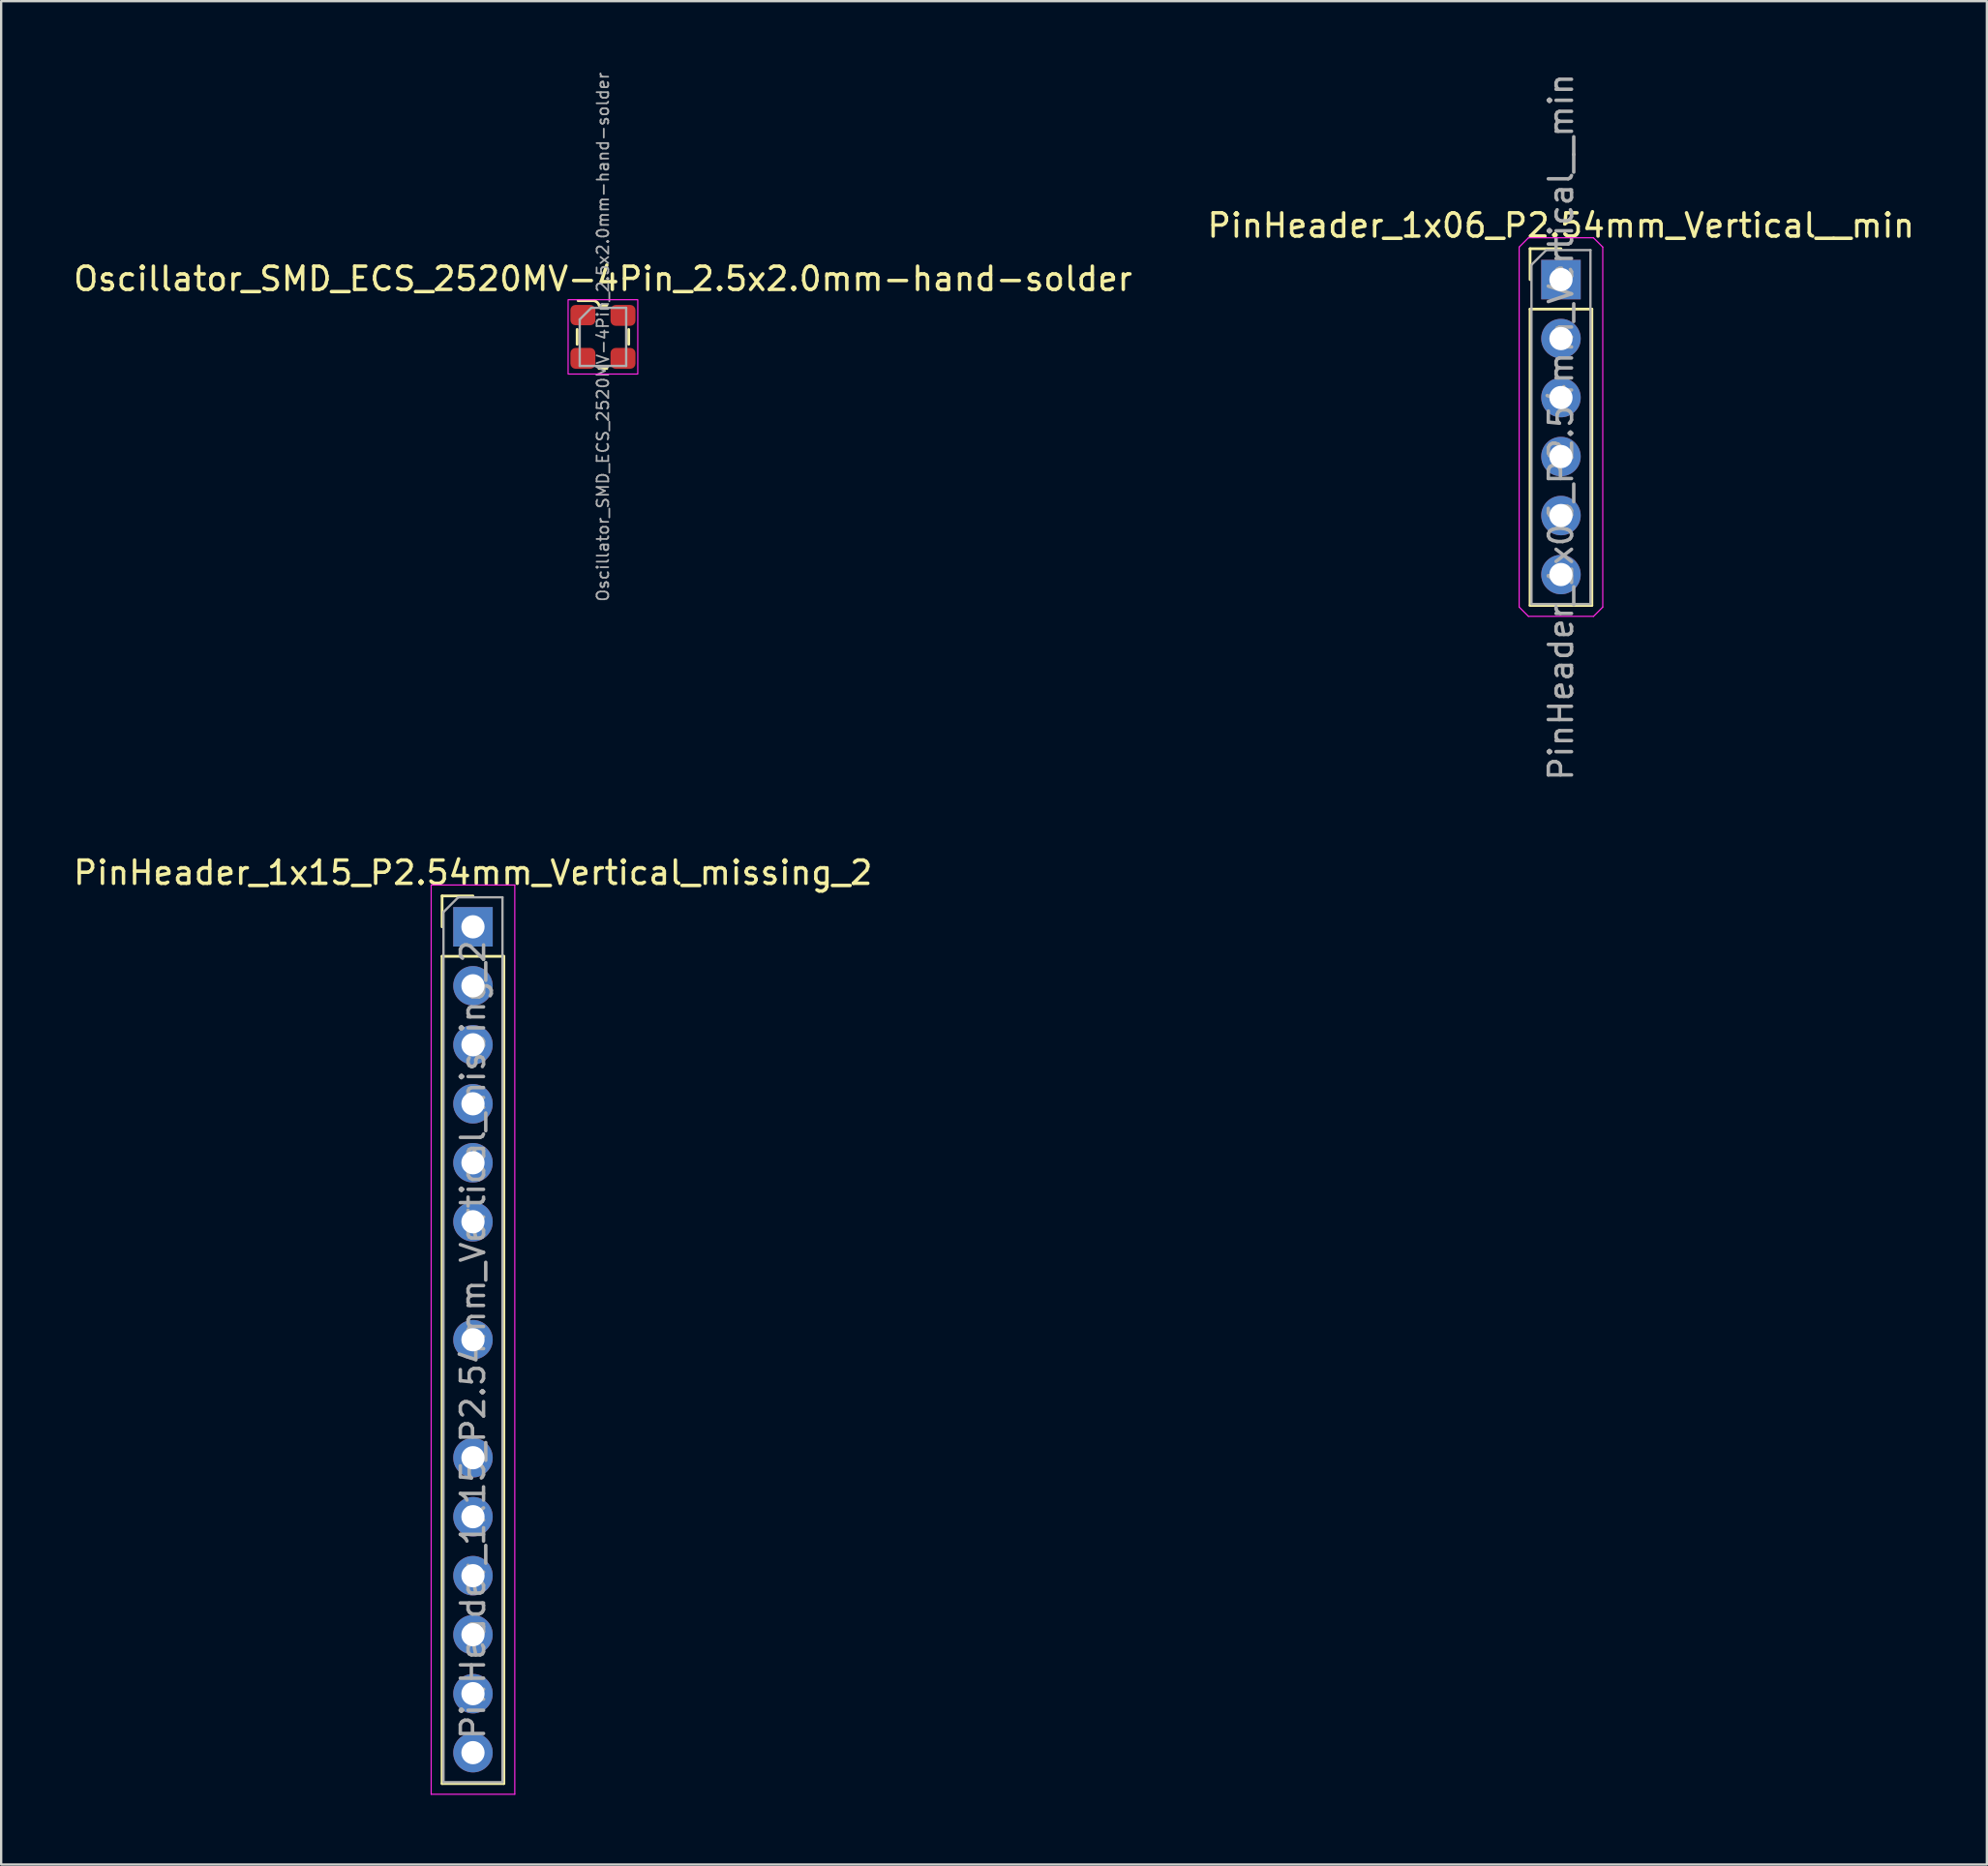
<source format=kicad_pcb>
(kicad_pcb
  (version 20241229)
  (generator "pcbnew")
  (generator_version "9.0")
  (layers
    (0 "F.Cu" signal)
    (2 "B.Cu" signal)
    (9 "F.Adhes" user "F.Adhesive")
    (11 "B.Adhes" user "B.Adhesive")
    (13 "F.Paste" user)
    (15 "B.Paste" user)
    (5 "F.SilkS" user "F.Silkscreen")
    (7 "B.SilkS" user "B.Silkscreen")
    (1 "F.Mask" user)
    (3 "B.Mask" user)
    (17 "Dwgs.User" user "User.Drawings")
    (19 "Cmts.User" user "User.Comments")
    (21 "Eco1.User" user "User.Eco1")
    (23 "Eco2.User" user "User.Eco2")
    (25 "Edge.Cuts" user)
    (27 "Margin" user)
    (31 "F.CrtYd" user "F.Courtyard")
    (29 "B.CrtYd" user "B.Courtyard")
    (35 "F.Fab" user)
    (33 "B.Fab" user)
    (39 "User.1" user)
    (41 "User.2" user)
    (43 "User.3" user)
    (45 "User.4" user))
  (footprint "Oscillator_SMD_ECS_2520MV-4Pin_2.5x2.0mm-hand-solder"
    (layer "F.Cu")
    (at 22.911 11.455)
    (property "Reference" "Oscillator_SMD_ECS_2520MV-4Pin_2.5x2.0mm-hand-solder" (at 0 -2.5 0) (layer "F.SilkS") (effects (font (size 1 1) (thickness 0.15))))
    (attr smd)
    (fp_line (start -1.11 0.32) (end -1.11 -0.32) (stroke (width 0.12) (type solid)) (layer "F.SilkS"))
    (fp_line (start -0.38 -1.56) (end -1.07 -1.56) (stroke (width 0.12) (type solid)) (layer "F.SilkS"))
    (fp_line (start -0.17 1.36) (end 0.17 1.36) (stroke (width 0.12) (type solid)) (layer "F.SilkS"))
    (fp_line (start -0.16 -1.36) (end 0.17 -1.36) (stroke (width 0.12) (type solid)) (layer "F.SilkS"))
    (fp_line (start 1.11 0.32) (end 1.11 -0.32) (stroke (width 0.12) (type solid)) (layer "F.SilkS"))
    (fp_arc (start -0.38 -1.56) (mid -0.246393 -1.485967) (end -0.16 -1.36) (stroke (width 0.12) (type solid)) (layer "F.SilkS"))
    (fp_rect (start -1.5 -1.6) (end 1.5 1.6) (stroke (width 0.05) (type solid)) (fill no) (layer "F.CrtYd"))
    (fp_line (start -1 -0.75) (end -1 1.25) (stroke (width 0.1) (type solid)) (layer "F.Fab"))
    (fp_line (start -1 -0.75) (end -0.5 -1.25) (stroke (width 0.1) (type solid)) (layer "F.Fab"))
    (fp_line (start -1 1.25) (end 1 1.25) (stroke (width 0.1) (type solid)) (layer "F.Fab"))
    (fp_line (start -0.5 -1.25) (end 1 -1.25) (stroke (width 0.1) (type solid)) (layer "F.Fab"))
    (fp_line (start 1 -1.25) (end 1 1.25) (stroke (width 0.1) (type solid)) (layer "F.Fab"))
    (fp_text user "${REFERENCE}" (at 0 0 90) (layer "F.Fab") (effects (font (size 0.5 0.5) (thickness 0.075))))
    (pad "1" smd roundrect (at -0.863 -0.938) (size 1.075 0.875) (layers "F.Cu" "F.Mask" "F.Paste") (roundrect_rratio 0.25))
    (pad "2" smd roundrect (at -0.863 0.925) (size 1.075 0.9) (layers "F.Cu" "F.Mask" "F.Paste") (roundrect_rratio 0.25))
    (pad "3" smd roundrect (at 0.863 0.925) (size 1.075 0.9) (layers "F.Cu" "F.Mask" "F.Paste") (roundrect_rratio 0.25))
    (pad "4" smd roundrect (at 0.863 -0.925) (size 1.075 0.9) (layers "F.Cu" "F.Mask" "F.Paste") (roundrect_rratio 0.25)))
  (footprint "PinHeader_1x15_P2.54mm_Vertical_missing_2"
    (layer "F.Cu")
    (at 17.315 36.857)
    (property "Reference" "PinHeader_1x15_P2.54mm_Vertical_missing_2" (at 0 -2.33 0) (layer "F.SilkS") (effects (font (size 1 1) (thickness 0.15))))
    (attr through_hole)
    (fp_line (start -1.33 -1.33) (end 0 -1.33) (stroke (width 0.12) (type solid)) (layer "F.SilkS"))
    (fp_line (start -1.33 0) (end -1.33 -1.33) (stroke (width 0.12) (type solid)) (layer "F.SilkS"))
    (fp_line (start -1.33 1.27) (end -1.33 36.89) (stroke (width 0.12) (type solid)) (layer "F.SilkS"))
    (fp_line (start -1.33 1.27) (end 1.33 1.27) (stroke (width 0.12) (type solid)) (layer "F.SilkS"))
    (fp_line (start -1.33 36.89) (end 1.33 36.89) (stroke (width 0.12) (type solid)) (layer "F.SilkS"))
    (fp_line (start 1.33 1.27) (end 1.33 36.89) (stroke (width 0.12) (type solid)) (layer "F.SilkS"))
    (fp_line (start -1.8 -1.8) (end -1.8 37.35) (stroke (width 0.05) (type solid)) (layer "F.CrtYd"))
    (fp_line (start -1.8 37.35) (end 1.8 37.35) (stroke (width 0.05) (type solid)) (layer "F.CrtYd"))
    (fp_line (start 1.8 -1.8) (end -1.8 -1.8) (stroke (width 0.05) (type solid)) (layer "F.CrtYd"))
    (fp_line (start 1.8 37.35) (end 1.8 -1.8) (stroke (width 0.05) (type solid)) (layer "F.CrtYd"))
    (fp_line (start -1.27 -0.635) (end -0.635 -1.27) (stroke (width 0.1) (type solid)) (layer "F.Fab"))
    (fp_line (start -1.27 36.83) (end -1.27 -0.635) (stroke (width 0.1) (type solid)) (layer "F.Fab"))
    (fp_line (start -0.635 -1.27) (end 1.27 -1.27) (stroke (width 0.1) (type solid)) (layer "F.Fab"))
    (fp_line (start 1.27 -1.27) (end 1.27 36.83) (stroke (width 0.1) (type solid)) (layer "F.Fab"))
    (fp_line (start 1.27 36.83) (end -1.27 36.83) (stroke (width 0.1) (type solid)) (layer "F.Fab"))
    (fp_text user "${REFERENCE}" (at 0 17.78 90) (layer "F.Fab") (effects (font (size 1 1) (thickness 0.15))))
    (pad "1" thru_hole rect (at 0 0) (size 1.7 1.7) (drill 1) (layers "*.Cu" "*.Mask"))
    (pad "2" thru_hole oval (at 0 2.54) (size 1.7 1.7) (drill 1) (layers "*.Cu" "*.Mask"))
    (pad "3" thru_hole oval (at 0 5.08) (size 1.7 1.7) (drill 1) (layers "*.Cu" "*.Mask"))
    (pad "4" thru_hole oval (at 0 7.62) (size 1.7 1.7) (drill 1) (layers "*.Cu" "*.Mask"))
    (pad "5" thru_hole oval (at 0 10.16) (size 1.7 1.7) (drill 1) (layers "*.Cu" "*.Mask"))
    (pad "6" thru_hole oval (at 0 12.7) (size 1.7 1.7) (drill 1) (layers "*.Cu" "*.Mask"))
    (pad "8" thru_hole oval (at 0 17.78) (size 1.7 1.7) (drill 1) (layers "*.Cu" "*.Mask"))
    (pad "10" thru_hole oval (at 0 22.86) (size 1.7 1.7) (drill 1) (layers "*.Cu" "*.Mask"))
    (pad "11" thru_hole oval (at 0 25.4) (size 1.7 1.7) (drill 1) (layers "*.Cu" "*.Mask"))
    (pad "12" thru_hole oval (at 0 27.94) (size 1.7 1.7) (drill 1) (layers "*.Cu" "*.Mask"))
    (pad "13" thru_hole oval (at 0 30.48) (size 1.7 1.7) (drill 1) (layers "*.Cu" "*.Mask"))
    (pad "14" thru_hole oval (at 0 33.02) (size 1.7 1.7) (drill 1) (layers "*.Cu" "*.Mask"))
    (pad "15" thru_hole oval (at 0 35.56) (size 1.7 1.7) (drill 1) (layers "*.Cu" "*.Mask")))
  (footprint "PinHeader_1x06_P2.54mm_Vertical__min"
    (layer "F.Cu")
    (at 64.161 8.989)
    (property "Reference" "PinHeader_1x06_P2.54mm_Vertical__min" (at 0 -2.33 0) (layer "F.SilkS") (effects (font (size 1 1) (thickness 0.15))))
    (attr through_hole)
    (fp_line (start -1.33 -1.33) (end 0 -1.33) (stroke (width 0.12) (type solid)) (layer "F.SilkS"))
    (fp_line (start -1.33 0) (end -1.33 -1.33) (stroke (width 0.12) (type solid)) (layer "F.SilkS"))
    (fp_line (start -1.33 1.27) (end -1.33 14.03) (stroke (width 0.12) (type solid)) (layer "F.SilkS"))
    (fp_line (start -1.33 1.27) (end 1.33 1.27) (stroke (width 0.12) (type solid)) (layer "F.SilkS"))
    (fp_line (start -1.33 14.03) (end 1.33 14.03) (stroke (width 0.12) (type solid)) (layer "F.SilkS"))
    (fp_line (start 1.33 1.27) (end 1.33 14.03) (stroke (width 0.12) (type solid)) (layer "F.SilkS"))
    (fp_line (start -1.8 -1.4) (end -1.8 14.1) (stroke (width 0.05) (type solid)) (layer "F.CrtYd"))
    (fp_line (start -1.8 -1.4) (end -1.4 -1.8) (stroke (width 0.051) (type solid)) (layer "F.CrtYd"))
    (fp_line (start -1.4 14.5) (end -1.8 14.1) (stroke (width 0.051) (type solid)) (layer "F.CrtYd"))
    (fp_line (start -1.4 14.5) (end 1.4 14.5) (stroke (width 0.05) (type solid)) (layer "F.CrtYd"))
    (fp_line (start 1.4 -1.8) (end -1.4 -1.8) (stroke (width 0.05) (type solid)) (layer "F.CrtYd"))
    (fp_line (start 1.4 14.5) (end 1.8 14.1) (stroke (width 0.051) (type solid)) (layer "F.CrtYd"))
    (fp_line (start 1.8 -1.4) (end 1.4 -1.8) (stroke (width 0.051) (type solid)) (layer "F.CrtYd"))
    (fp_line (start 1.8 14.1) (end 1.8 -1.4) (stroke (width 0.05) (type solid)) (layer "F.CrtYd"))
    (fp_line (start -1.27 -0.635) (end -0.635 -1.27) (stroke (width 0.1) (type solid)) (layer "F.Fab"))
    (fp_line (start -1.27 13.97) (end -1.27 -0.635) (stroke (width 0.1) (type solid)) (layer "F.Fab"))
    (fp_line (start -0.635 -1.27) (end 1.27 -1.27) (stroke (width 0.1) (type solid)) (layer "F.Fab"))
    (fp_line (start 1.27 -1.27) (end 1.27 13.97) (stroke (width 0.1) (type solid)) (layer "F.Fab"))
    (fp_line (start 1.27 13.97) (end -1.27 13.97) (stroke (width 0.1) (type solid)) (layer "F.Fab"))
    (fp_text user "${REFERENCE}" (at 0 6.35 90) (layer "F.Fab") (effects (font (size 1 1) (thickness 0.15))))
    (pad "1" thru_hole rect (at 0 0) (size 1.7 1.7) (drill 1) (layers "*.Cu" "*.Mask"))
    (pad "2" thru_hole oval (at 0 2.54) (size 1.7 1.7) (drill 1) (layers "*.Cu" "*.Mask"))
    (pad "3" thru_hole oval (at 0 5.08) (size 1.7 1.7) (drill 1) (layers "*.Cu" "*.Mask"))
    (pad "4" thru_hole oval (at 0 7.62) (size 1.7 1.7) (drill 1) (layers "*.Cu" "*.Mask"))
    (pad "5" thru_hole oval (at 0 10.16) (size 1.7 1.7) (drill 1) (layers "*.Cu" "*.Mask"))
    (pad "6" thru_hole oval (at 0 12.7) (size 1.7 1.7) (drill 1) (layers "*.Cu" "*.Mask")))
  (gr_rect
    (start -3 -3)
    (end 82.5 77.232)
    (stroke (width 0.1) (type default))
    (fill no)
    (layer "Edge.Cuts")))
</source>
